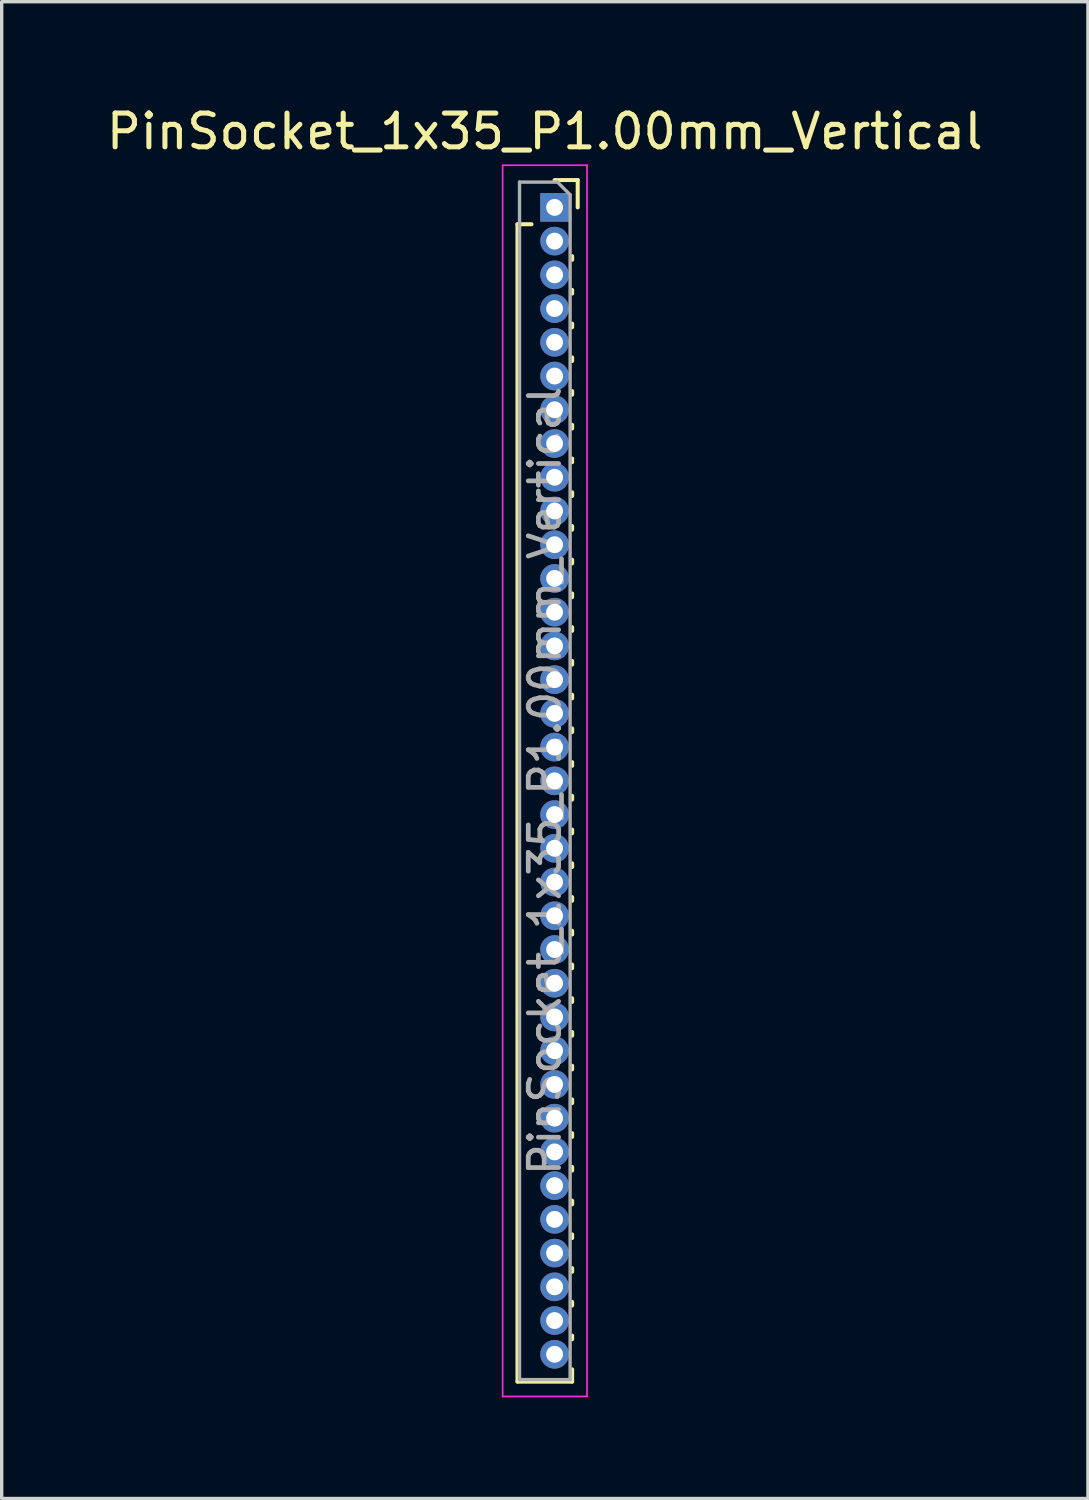
<source format=kicad_pcb>
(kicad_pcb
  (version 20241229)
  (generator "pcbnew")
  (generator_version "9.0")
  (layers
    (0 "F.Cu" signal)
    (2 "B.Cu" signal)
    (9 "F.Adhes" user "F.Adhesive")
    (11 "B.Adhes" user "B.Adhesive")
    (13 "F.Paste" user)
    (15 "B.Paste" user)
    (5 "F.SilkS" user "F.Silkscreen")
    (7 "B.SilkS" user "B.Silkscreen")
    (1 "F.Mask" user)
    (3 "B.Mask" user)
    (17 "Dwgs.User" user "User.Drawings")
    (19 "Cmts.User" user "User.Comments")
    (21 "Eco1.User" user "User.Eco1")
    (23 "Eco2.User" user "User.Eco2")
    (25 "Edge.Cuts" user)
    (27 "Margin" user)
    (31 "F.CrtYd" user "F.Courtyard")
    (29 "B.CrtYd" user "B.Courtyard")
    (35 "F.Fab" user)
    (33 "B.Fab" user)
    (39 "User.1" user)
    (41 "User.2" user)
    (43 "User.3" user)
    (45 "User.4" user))
  (footprint "PinSocket_1x35_P1.00mm_Vertical"
    (layer "F.Cu")
    (at 13.391 3.098)
    (property "Reference" "PinSocket_1x35_P1.00mm_Vertical" (at -0.29 -2.25 0) (layer "F.SilkS") (effects (font (size 1 1) (thickness 0.15))))
    (attr through_hole)
    (fp_line (start -1.1 0.5) (end -1.1 34.81) (stroke (width 0.12) (type solid)) (layer "F.SilkS"))
    (fp_line (start -1.1 0.5) (end -0.685 0.5) (stroke (width 0.12) (type solid)) (layer "F.SilkS"))
    (fp_line (start -1.1 34.81) (end 0.52 34.81) (stroke (width 0.12) (type solid)) (layer "F.SilkS"))
    (fp_line (start 0 -0.81) (end 0.685 -0.81) (stroke (width 0.12) (type solid)) (layer "F.SilkS"))
    (fp_line (start 0.52 1.446) (end 0.52 1.554) (stroke (width 0.12) (type solid)) (layer "F.SilkS"))
    (fp_line (start 0.52 2.446) (end 0.52 2.554) (stroke (width 0.12) (type solid)) (layer "F.SilkS"))
    (fp_line (start 0.52 3.446) (end 0.52 3.554) (stroke (width 0.12) (type solid)) (layer "F.SilkS"))
    (fp_line (start 0.52 4.446) (end 0.52 4.554) (stroke (width 0.12) (type solid)) (layer "F.SilkS"))
    (fp_line (start 0.52 5.446) (end 0.52 5.554) (stroke (width 0.12) (type solid)) (layer "F.SilkS"))
    (fp_line (start 0.52 6.446) (end 0.52 6.554) (stroke (width 0.12) (type solid)) (layer "F.SilkS"))
    (fp_line (start 0.52 7.446) (end 0.52 7.554) (stroke (width 0.12) (type solid)) (layer "F.SilkS"))
    (fp_line (start 0.52 8.446) (end 0.52 8.554) (stroke (width 0.12) (type solid)) (layer "F.SilkS"))
    (fp_line (start 0.52 9.446) (end 0.52 9.554) (stroke (width 0.12) (type solid)) (layer "F.SilkS"))
    (fp_line (start 0.52 10.446) (end 0.52 10.554) (stroke (width 0.12) (type solid)) (layer "F.SilkS"))
    (fp_line (start 0.52 11.446) (end 0.52 11.554) (stroke (width 0.12) (type solid)) (layer "F.SilkS"))
    (fp_line (start 0.52 12.446) (end 0.52 12.554) (stroke (width 0.12) (type solid)) (layer "F.SilkS"))
    (fp_line (start 0.52 13.446) (end 0.52 13.554) (stroke (width 0.12) (type solid)) (layer "F.SilkS"))
    (fp_line (start 0.52 14.446) (end 0.52 14.554) (stroke (width 0.12) (type solid)) (layer "F.SilkS"))
    (fp_line (start 0.52 15.446) (end 0.52 15.554) (stroke (width 0.12) (type solid)) (layer "F.SilkS"))
    (fp_line (start 0.52 16.446) (end 0.52 16.554) (stroke (width 0.12) (type solid)) (layer "F.SilkS"))
    (fp_line (start 0.52 17.446) (end 0.52 17.554) (stroke (width 0.12) (type solid)) (layer "F.SilkS"))
    (fp_line (start 0.52 18.446) (end 0.52 18.554) (stroke (width 0.12) (type solid)) (layer "F.SilkS"))
    (fp_line (start 0.52 19.446) (end 0.52 19.554) (stroke (width 0.12) (type solid)) (layer "F.SilkS"))
    (fp_line (start 0.52 20.446) (end 0.52 20.554) (stroke (width 0.12) (type solid)) (layer "F.SilkS"))
    (fp_line (start 0.52 21.446) (end 0.52 21.554) (stroke (width 0.12) (type solid)) (layer "F.SilkS"))
    (fp_line (start 0.52 22.446) (end 0.52 22.554) (stroke (width 0.12) (type solid)) (layer "F.SilkS"))
    (fp_line (start 0.52 23.446) (end 0.52 23.554) (stroke (width 0.12) (type solid)) (layer "F.SilkS"))
    (fp_line (start 0.52 24.446) (end 0.52 24.554) (stroke (width 0.12) (type solid)) (layer "F.SilkS"))
    (fp_line (start 0.52 25.446) (end 0.52 25.554) (stroke (width 0.12) (type solid)) (layer "F.SilkS"))
    (fp_line (start 0.52 26.446) (end 0.52 26.554) (stroke (width 0.12) (type solid)) (layer "F.SilkS"))
    (fp_line (start 0.52 27.446) (end 0.52 27.554) (stroke (width 0.12) (type solid)) (layer "F.SilkS"))
    (fp_line (start 0.52 28.446) (end 0.52 28.554) (stroke (width 0.12) (type solid)) (layer "F.SilkS"))
    (fp_line (start 0.52 29.446) (end 0.52 29.554) (stroke (width 0.12) (type solid)) (layer "F.SilkS"))
    (fp_line (start 0.52 30.446) (end 0.52 30.554) (stroke (width 0.12) (type solid)) (layer "F.SilkS"))
    (fp_line (start 0.52 31.446) (end 0.52 31.554) (stroke (width 0.12) (type solid)) (layer "F.SilkS"))
    (fp_line (start 0.52 32.446) (end 0.52 32.554) (stroke (width 0.12) (type solid)) (layer "F.SilkS"))
    (fp_line (start 0.52 33.446) (end 0.52 33.554) (stroke (width 0.12) (type solid)) (layer "F.SilkS"))
    (fp_line (start 0.52 34.446) (end 0.52 34.81) (stroke (width 0.12) (type solid)) (layer "F.SilkS"))
    (fp_line (start 0.685 -0.81) (end 0.685 0) (stroke (width 0.12) (type solid)) (layer "F.SilkS"))
    (fp_line (start -1.54 -1.25) (end 0.96 -1.25) (stroke (width 0.05) (type solid)) (layer "F.CrtYd"))
    (fp_line (start -1.54 35.25) (end -1.54 -1.25) (stroke (width 0.05) (type solid)) (layer "F.CrtYd"))
    (fp_line (start 0.96 -1.25) (end 0.96 35.25) (stroke (width 0.05) (type solid)) (layer "F.CrtYd"))
    (fp_line (start 0.96 35.25) (end -1.54 35.25) (stroke (width 0.05) (type solid)) (layer "F.CrtYd"))
    (fp_line (start -1.04 -0.75) (end 0.085 -0.75) (stroke (width 0.1) (type solid)) (layer "F.Fab"))
    (fp_line (start -1.04 34.75) (end -1.04 -0.75) (stroke (width 0.1) (type solid)) (layer "F.Fab"))
    (fp_line (start 0.085 -0.75) (end 0.46 -0.375) (stroke (width 0.1) (type solid)) (layer "F.Fab"))
    (fp_line (start 0.46 -0.375) (end 0.46 34.75) (stroke (width 0.1) (type solid)) (layer "F.Fab"))
    (fp_line (start 0.46 34.75) (end -1.04 34.75) (stroke (width 0.1) (type solid)) (layer "F.Fab"))
    (fp_text user "${REFERENCE}" (at -0.29 17 90) (layer "F.Fab") (effects (font (size 0.9 0.9) (thickness 0.14))))
    (pad "1" thru_hole rect (at 0 0) (size 0.85 0.85) (drill 0.5) (layers "*.Cu" "*.Mask"))
    (pad "2" thru_hole circle (at 0 1) (size 0.85 0.85) (drill 0.5) (layers "*.Cu" "*.Mask"))
    (pad "3" thru_hole circle (at 0 2) (size 0.85 0.85) (drill 0.5) (layers "*.Cu" "*.Mask"))
    (pad "4" thru_hole circle (at 0 3) (size 0.85 0.85) (drill 0.5) (layers "*.Cu" "*.Mask"))
    (pad "5" thru_hole circle (at 0 4) (size 0.85 0.85) (drill 0.5) (layers "*.Cu" "*.Mask"))
    (pad "6" thru_hole circle (at 0 5) (size 0.85 0.85) (drill 0.5) (layers "*.Cu" "*.Mask"))
    (pad "7" thru_hole circle (at 0 6) (size 0.85 0.85) (drill 0.5) (layers "*.Cu" "*.Mask"))
    (pad "8" thru_hole circle (at 0 7) (size 0.85 0.85) (drill 0.5) (layers "*.Cu" "*.Mask"))
    (pad "9" thru_hole circle (at 0 8) (size 0.85 0.85) (drill 0.5) (layers "*.Cu" "*.Mask"))
    (pad "10" thru_hole circle (at 0 9) (size 0.85 0.85) (drill 0.5) (layers "*.Cu" "*.Mask"))
    (pad "11" thru_hole circle (at 0 10) (size 0.85 0.85) (drill 0.5) (layers "*.Cu" "*.Mask"))
    (pad "12" thru_hole circle (at 0 11) (size 0.85 0.85) (drill 0.5) (layers "*.Cu" "*.Mask"))
    (pad "13" thru_hole circle (at 0 12) (size 0.85 0.85) (drill 0.5) (layers "*.Cu" "*.Mask"))
    (pad "14" thru_hole circle (at 0 13) (size 0.85 0.85) (drill 0.5) (layers "*.Cu" "*.Mask"))
    (pad "15" thru_hole circle (at 0 14) (size 0.85 0.85) (drill 0.5) (layers "*.Cu" "*.Mask"))
    (pad "16" thru_hole circle (at 0 15) (size 0.85 0.85) (drill 0.5) (layers "*.Cu" "*.Mask"))
    (pad "17" thru_hole circle (at 0 16) (size 0.85 0.85) (drill 0.5) (layers "*.Cu" "*.Mask"))
    (pad "18" thru_hole circle (at 0 17) (size 0.85 0.85) (drill 0.5) (layers "*.Cu" "*.Mask"))
    (pad "19" thru_hole circle (at 0 18) (size 0.85 0.85) (drill 0.5) (layers "*.Cu" "*.Mask"))
    (pad "20" thru_hole circle (at 0 19) (size 0.85 0.85) (drill 0.5) (layers "*.Cu" "*.Mask"))
    (pad "21" thru_hole circle (at 0 20) (size 0.85 0.85) (drill 0.5) (layers "*.Cu" "*.Mask"))
    (pad "22" thru_hole circle (at 0 21) (size 0.85 0.85) (drill 0.5) (layers "*.Cu" "*.Mask"))
    (pad "23" thru_hole circle (at 0 22) (size 0.85 0.85) (drill 0.5) (layers "*.Cu" "*.Mask"))
    (pad "24" thru_hole circle (at 0 23) (size 0.85 0.85) (drill 0.5) (layers "*.Cu" "*.Mask"))
    (pad "25" thru_hole circle (at 0 24) (size 0.85 0.85) (drill 0.5) (layers "*.Cu" "*.Mask"))
    (pad "26" thru_hole circle (at 0 25) (size 0.85 0.85) (drill 0.5) (layers "*.Cu" "*.Mask"))
    (pad "27" thru_hole circle (at 0 26) (size 0.85 0.85) (drill 0.5) (layers "*.Cu" "*.Mask"))
    (pad "28" thru_hole circle (at 0 27) (size 0.85 0.85) (drill 0.5) (layers "*.Cu" "*.Mask"))
    (pad "29" thru_hole circle (at 0 28) (size 0.85 0.85) (drill 0.5) (layers "*.Cu" "*.Mask"))
    (pad "30" thru_hole circle (at 0 29) (size 0.85 0.85) (drill 0.5) (layers "*.Cu" "*.Mask"))
    (pad "31" thru_hole circle (at 0 30) (size 0.85 0.85) (drill 0.5) (layers "*.Cu" "*.Mask"))
    (pad "32" thru_hole circle (at 0 31) (size 0.85 0.85) (drill 0.5) (layers "*.Cu" "*.Mask"))
    (pad "33" thru_hole circle (at 0 32) (size 0.85 0.85) (drill 0.5) (layers "*.Cu" "*.Mask"))
    (pad "34" thru_hole circle (at 0 33) (size 0.85 0.85) (drill 0.5) (layers "*.Cu" "*.Mask"))
    (pad "35" thru_hole circle (at 0 34) (size 0.85 0.85) (drill 0.5) (layers "*.Cu" "*.Mask")))
  (gr_rect
    (start -3 -3)
    (end 29.202 41.373)
    (stroke (width 0.1) (type default))
    (fill no)
    (layer "Edge.Cuts")))
</source>
